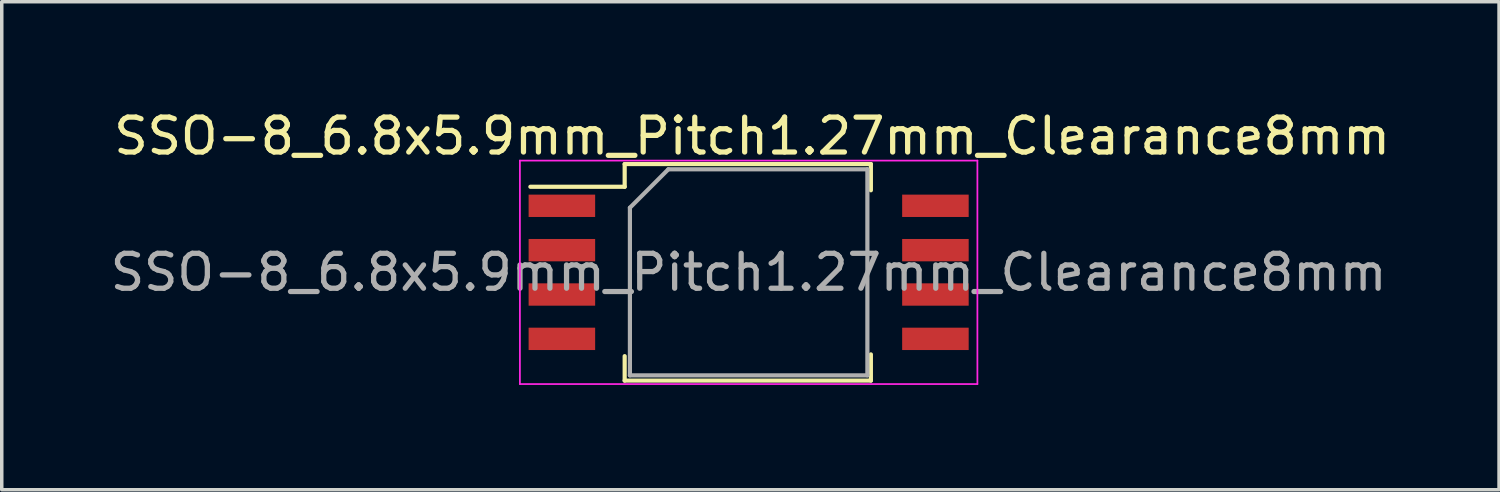
<source format=kicad_pcb>
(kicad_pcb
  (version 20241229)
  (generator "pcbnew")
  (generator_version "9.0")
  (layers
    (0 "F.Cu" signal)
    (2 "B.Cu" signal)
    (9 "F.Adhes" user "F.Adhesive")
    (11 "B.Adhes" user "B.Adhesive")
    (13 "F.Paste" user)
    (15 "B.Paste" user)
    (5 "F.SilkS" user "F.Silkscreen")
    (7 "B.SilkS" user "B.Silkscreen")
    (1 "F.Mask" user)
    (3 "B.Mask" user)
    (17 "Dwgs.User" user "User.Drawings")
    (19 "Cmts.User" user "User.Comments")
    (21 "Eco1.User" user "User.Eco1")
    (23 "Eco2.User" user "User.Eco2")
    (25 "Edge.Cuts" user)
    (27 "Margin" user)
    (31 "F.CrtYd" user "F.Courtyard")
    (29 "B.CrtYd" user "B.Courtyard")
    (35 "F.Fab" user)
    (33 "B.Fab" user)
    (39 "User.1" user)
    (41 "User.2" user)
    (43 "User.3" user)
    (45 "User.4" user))
  (footprint "SSO-8_6.8x5.9mm_Pitch1.27mm_Clearance8mm"
    (layer "F.Cu")
    (at 18.387 4.748)
    (property "Reference" "SSO-8_6.8x5.9mm_Pitch1.27mm_Clearance8mm" (at 0.1 -3.9 0) (layer "F.SilkS") (effects (font (size 1 1) (thickness 0.15))))
    (attr smd)
    (fp_line (start -3.55 -3.1) (end -3.55 -2.45) (stroke (width 0.12) (type solid)) (layer "F.SilkS"))
    (fp_line (start -3.55 -2.45) (end -6.25 -2.45) (stroke (width 0.12) (type solid)) (layer "F.SilkS"))
    (fp_line (start -3.55 2.4) (end -3.55 3.1) (stroke (width 0.12) (type solid)) (layer "F.SilkS"))
    (fp_line (start -3.55 3.1) (end 3.5 3.1) (stroke (width 0.12) (type solid)) (layer "F.SilkS"))
    (fp_line (start 3.5 -3.1) (end -3.55 -3.1) (stroke (width 0.12) (type solid)) (layer "F.SilkS"))
    (fp_line (start 3.5 -2.35) (end 3.5 -3.1) (stroke (width 0.12) (type solid)) (layer "F.SilkS"))
    (fp_line (start 3.5 3.1) (end 3.5 2.35) (stroke (width 0.12) (type solid)) (layer "F.SilkS"))
    (fp_line (start -6.55 -3.2) (end -6.55 3.2) (stroke (width 0.05) (type solid)) (layer "F.CrtYd"))
    (fp_line (start -6.55 -3.2) (end 6.55 -3.2) (stroke (width 0.05) (type solid)) (layer "F.CrtYd"))
    (fp_line (start 6.55 3.2) (end -6.55 3.2) (stroke (width 0.05) (type solid)) (layer "F.CrtYd"))
    (fp_line (start 6.55 3.2) (end 6.55 -3.2) (stroke (width 0.05) (type solid)) (layer "F.CrtYd"))
    (fp_line (start -3.4 -1.85) (end -3.4 2.95) (stroke (width 0.12) (type solid)) (layer "F.Fab"))
    (fp_line (start -3.4 2.95) (end 3.4 2.95) (stroke (width 0.12) (type solid)) (layer "F.Fab"))
    (fp_line (start -2.3 -2.95) (end -3.4 -1.85) (stroke (width 0.12) (type solid)) (layer "F.Fab"))
    (fp_line (start 3.4 -2.95) (end -2.3 -2.95) (stroke (width 0.12) (type solid)) (layer "F.Fab"))
    (fp_line (start 3.4 2.95) (end 3.4 -2.95) (stroke (width 0.12) (type solid)) (layer "F.Fab"))
    (fp_text user "${REFERENCE}" (at 0 0 0) (layer "F.Fab") (effects (font (size 1 1) (thickness 0.15))))
    (pad "1" smd rect (at -5.348 -1.905) (size 1.905 0.64) (layers "F.Cu" "F.Mask" "F.Paste"))
    (pad "2" smd rect (at -5.348 -0.635) (size 1.905 0.64) (layers "F.Cu" "F.Mask" "F.Paste"))
    (pad "3" smd rect (at -5.348 0.635) (size 1.905 0.64) (layers "F.Cu" "F.Mask" "F.Paste"))
    (pad "4" smd rect (at -5.348 1.905) (size 1.905 0.64) (layers "F.Cu" "F.Mask" "F.Paste"))
    (pad "5" smd rect (at 5.348 1.905) (size 1.905 0.64) (layers "F.Cu" "F.Mask" "F.Paste"))
    (pad "6" smd rect (at 5.348 0.635) (size 1.905 0.64) (layers "F.Cu" "F.Mask" "F.Paste"))
    (pad "7" smd rect (at 5.348 -0.635) (size 1.905 0.64) (layers "F.Cu" "F.Mask" "F.Paste"))
    (pad "8" smd rect (at 5.348 -1.905) (size 1.905 0.64) (layers "F.Cu" "F.Mask" "F.Paste")))
  (gr_rect
    (start -3 -3)
    (end 39.874 10.973)
    (stroke (width 0.1) (type default))
    (fill no)
    (layer "Edge.Cuts")))
</source>
